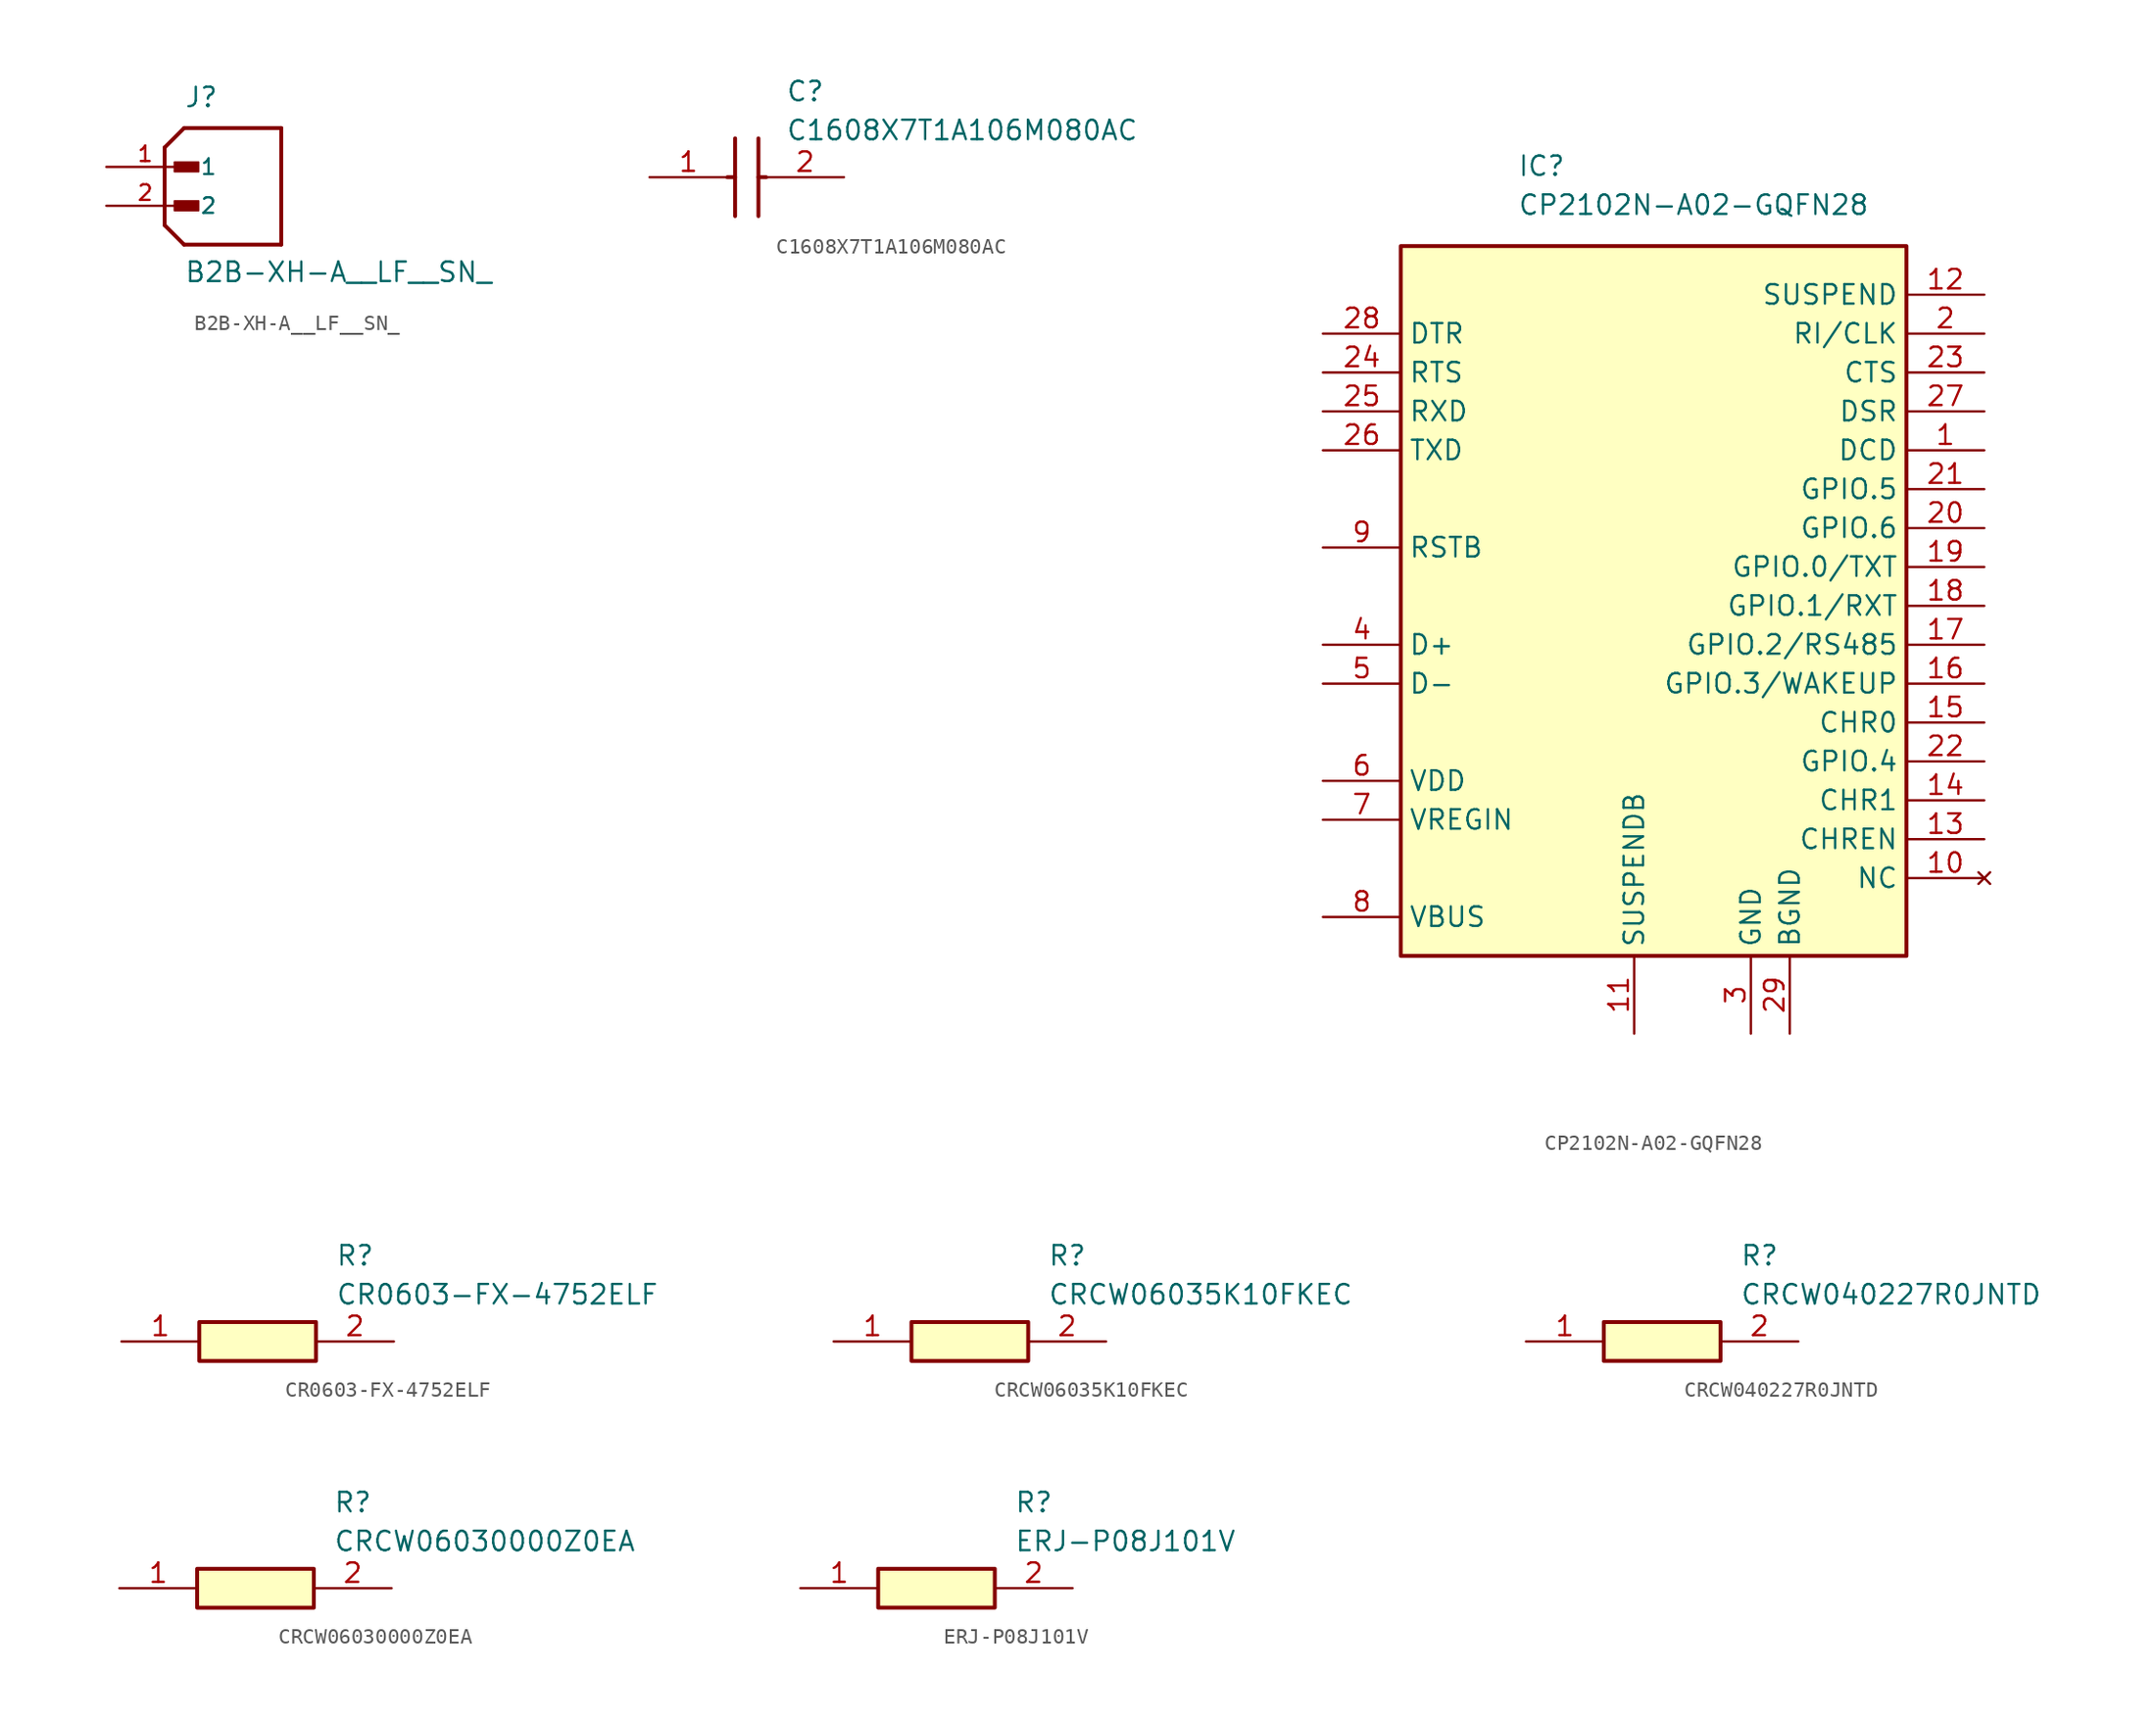
<source format=kicad_sym>
(kicad_symbol_lib
  (version 20241209)
  (generator "kicad_symbol_editor")
  (generator_version "9.0")
  (symbol "B2B-XH-A__LF__SN_"
    (pin_names
      (offset 1.016))
    (property "Reference" "J"
      (at -2.54 6.35 0)
      (effects (font (size 1.27 1.27)) (justify left bottom)))
    (property "Value" "B2B-XH-A__LF__SN_"
      (at -2.54 -5.08 0)
      (effects (font (size 1.27 1.27)) (justify left bottom)))
    (symbol "B2B-XH-A__LF__SN__0_0"
      (polyline (pts (xy -3.81 3.81) (xy -3.81 -1.27)) (stroke (width 0.254) (type default)) (fill (type none)))
      (polyline (pts (xy -3.81 3.81) (xy -2.54 5.08)) (stroke (width 0.254) (type default)) (fill (type none)))
      (polyline (pts (xy -3.81 -1.27) (xy -2.54 -2.54)) (stroke (width 0.254) (type default)) (fill (type none)))
      (rectangle (start -3.175 2.223) (end -1.587 2.857) (stroke (width 0.1) (type default)) (fill (type outline)))
      (rectangle (start -3.175 -0.318) (end -1.587 0.318) (stroke (width 0.1) (type default)) (fill (type outline)))
      (polyline (pts (xy -2.54 -2.54) (xy 3.81 -2.54)) (stroke (width 0.254) (type default)) (fill (type none)))
      (polyline (pts (xy 3.81 5.08) (xy -2.54 5.08)) (stroke (width 0.254) (type default)) (fill (type none)))
      (polyline (pts (xy 3.81 -2.54) (xy 3.81 5.08)) (stroke (width 0.254) (type default)) (fill (type none)))
      (pin passive line (at -7.62 2.54 0) (length 5.08) (name "1" (effects (font (size 1.016 1.016)))) (number "1" (effects (font (size 1.016 1.016)))))
      (pin passive line (at -7.62 0 0) (length 5.08) (name "2" (effects (font (size 1.016 1.016)))) (number "2" (effects (font (size 1.016 1.016)))))))
  (symbol "C1608X7T1A106M080AC"
    (pin_names
      (hide yes))
    (property "Reference" "C"
      (at 8.89 6.35 0)
      (effects (font (size 1.27 1.27)) (justify left top)))
    (property "Value" "C1608X7T1A106M080AC"
      (at 8.89 3.81 0)
      (effects (font (size 1.27 1.27)) (justify left top)))
    (symbol "C1608X7T1A106M080AC_1_1"
      (polyline (pts (xy 5.08 0) (xy 5.588 0)) (stroke (width 0.254) (type default)) (fill (type none)))
      (polyline (pts (xy 5.588 2.54) (xy 5.588 -2.54)) (stroke (width 0.254) (type default)) (fill (type none)))
      (polyline (pts (xy 7.112 2.54) (xy 7.112 -2.54)) (stroke (width 0.254) (type default)) (fill (type none)))
      (polyline (pts (xy 7.112 0) (xy 7.62 0)) (stroke (width 0.254) (type default)) (fill (type none)))
      (pin passive line (at 0 0 0) (length 5.08) (name "1" (effects (font (size 1.27 1.27)))) (number "1" (effects (font (size 1.27 1.27)))))
      (pin passive line (at 12.7 0 180) (length 5.08) (name "2" (effects (font (size 1.27 1.27)))) (number "2" (effects (font (size 1.27 1.27)))))))
  (symbol "CP2102N-A02-GQFN28"
    (property "Reference" "IC"
      (at 12.7 21.844 0)
      (effects (font (size 1.27 1.27)) (justify left top)))
    (property "Value" "CP2102N-A02-GQFN28"
      (at 12.7 19.304 0)
      (effects (font (size 1.27 1.27)) (justify left top)))
    (symbol "CP2102N-A02-GQFN28_1_1"
      (rectangle (start 5.08 15.875) (end 38.1 -30.48) (stroke (width 0.254) (type default)) (fill (type background)))
      (pin output line (at 0 10.16 0) (length 5.08) (name "DTR" (effects (font (size 1.27 1.27)))) (number "28" (effects (font (size 1.27 1.27)))))
      (pin output line (at 0 7.62 0) (length 5.08) (name "RTS" (effects (font (size 1.27 1.27)))) (number "24" (effects (font (size 1.27 1.27)))))
      (pin input line (at 0 5.08 0) (length 5.08) (name "RXD" (effects (font (size 1.27 1.27)))) (number "25" (effects (font (size 1.27 1.27)))))
      (pin output line (at 0 2.54 0) (length 5.08) (name "TXD" (effects (font (size 1.27 1.27)))) (number "26" (effects (font (size 1.27 1.27)))))
      (pin input line (at 0 -3.81 0) (length 5.08) (name "RSTB" (effects (font (size 1.27 1.27)))) (number "9" (effects (font (size 1.27 1.27)))))
      (pin bidirectional line (at 0 -10.16 0) (length 5.08) (name "D+" (effects (font (size 1.27 1.27)))) (number "4" (effects (font (size 1.27 1.27)))))
      (pin bidirectional line (at 0 -12.7 0) (length 5.08) (name "D-" (effects (font (size 1.27 1.27)))) (number "5" (effects (font (size 1.27 1.27)))))
      (pin power_in line (at 0 -19.05 0) (length 5.08) (name "VDD" (effects (font (size 1.27 1.27)))) (number "6" (effects (font (size 1.27 1.27)))))
      (pin power_in line (at 0 -21.59 0) (length 5.08) (name "VREGIN" (effects (font (size 1.27 1.27)))) (number "7" (effects (font (size 1.27 1.27)))))
      (pin input line (at 0 -27.94 0) (length 5.08) (name "VBUS" (effects (font (size 1.27 1.27)))) (number "8" (effects (font (size 1.27 1.27)))))
      (pin output line (at 20.32 -35.56 90) (length 5.08) (name "SUSPENDB" (effects (font (size 1.27 1.27)))) (number "11" (effects (font (size 1.27 1.27)))))
      (pin power_in line (at 27.94 -35.56 90) (length 5.08) (name "GND" (effects (font (size 1.27 1.27)))) (number "3" (effects (font (size 1.27 1.27)))))
      (pin power_in line (at 30.48 -35.56 90) (length 5.08) (name "BGND" (effects (font (size 1.27 1.27)))) (number "29" (effects (font (size 1.27 1.27)))))
      (pin output line (at 43.18 12.7 180) (length 5.08) (name "SUSPEND" (effects (font (size 1.27 1.27)))) (number "12" (effects (font (size 1.27 1.27)))))
      (pin bidirectional line (at 43.18 10.16 180) (length 5.08) (name "RI/CLK" (effects (font (size 1.27 1.27)))) (number "2" (effects (font (size 1.27 1.27)))))
      (pin input line (at 43.18 7.62 180) (length 5.08) (name "CTS" (effects (font (size 1.27 1.27)))) (number "23" (effects (font (size 1.27 1.27)))))
      (pin input line (at 43.18 5.08 180) (length 5.08) (name "DSR" (effects (font (size 1.27 1.27)))) (number "27" (effects (font (size 1.27 1.27)))))
      (pin input line (at 43.18 2.54 180) (length 5.08) (name "DCD" (effects (font (size 1.27 1.27)))) (number "1" (effects (font (size 1.27 1.27)))))
      (pin bidirectional line (at 43.18 0 180) (length 5.08) (name "GPIO.5" (effects (font (size 1.27 1.27)))) (number "21" (effects (font (size 1.27 1.27)))))
      (pin bidirectional line (at 43.18 -2.54 180) (length 5.08) (name "GPIO.6" (effects (font (size 1.27 1.27)))) (number "20" (effects (font (size 1.27 1.27)))))
      (pin bidirectional line (at 43.18 -5.08 180) (length 5.08) (name "GPIO.0/TXT" (effects (font (size 1.27 1.27)))) (number "19" (effects (font (size 1.27 1.27)))))
      (pin bidirectional line (at 43.18 -7.62 180) (length 5.08) (name "GPIO.1/RXT" (effects (font (size 1.27 1.27)))) (number "18" (effects (font (size 1.27 1.27)))))
      (pin bidirectional line (at 43.18 -10.16 180) (length 5.08) (name "GPIO.2/RS485" (effects (font (size 1.27 1.27)))) (number "17" (effects (font (size 1.27 1.27)))))
      (pin bidirectional line (at 43.18 -12.7 180) (length 5.08) (name "GPIO.3/WAKEUP" (effects (font (size 1.27 1.27)))) (number "16" (effects (font (size 1.27 1.27)))))
      (pin output line (at 43.18 -15.24 180) (length 5.08) (name "CHR0" (effects (font (size 1.27 1.27)))) (number "15" (effects (font (size 1.27 1.27)))))
      (pin bidirectional line (at 43.18 -17.78 180) (length 5.08) (name "GPIO.4" (effects (font (size 1.27 1.27)))) (number "22" (effects (font (size 1.27 1.27)))))
      (pin output line (at 43.18 -20.32 180) (length 5.08) (name "CHR1" (effects (font (size 1.27 1.27)))) (number "14" (effects (font (size 1.27 1.27)))))
      (pin output line (at 43.18 -22.86 180) (length 5.08) (name "CHREN" (effects (font (size 1.27 1.27)))) (number "13" (effects (font (size 1.27 1.27)))))
      (pin no_connect line (at 43.18 -25.4 180) (length 5.08) (name "NC" (effects (font (size 1.27 1.27)))) (number "10" (effects (font (size 1.27 1.27)))))))
  (symbol "CR0603-FX-4752ELF"
    (pin_names
      (hide yes))
    (property "Reference" "R"
      (at 13.97 6.35 0)
      (effects (font (size 1.27 1.27)) (justify left top)))
    (property "Value" "CR0603-FX-4752ELF"
      (at 13.97 3.81 0)
      (effects (font (size 1.27 1.27)) (justify left top)))
    (symbol "CR0603-FX-4752ELF_1_1"
      (rectangle (start 5.08 1.27) (end 12.7 -1.27) (stroke (width 0.254) (type default)) (fill (type background)))
      (pin passive line (at 0 0 0) (length 5.08) (name "1" (effects (font (size 1.27 1.27)))) (number "1" (effects (font (size 1.27 1.27)))))
      (pin passive line (at 17.78 0 180) (length 5.08) (name "2" (effects (font (size 1.27 1.27)))) (number "2" (effects (font (size 1.27 1.27)))))))
  (symbol "CRCW06035K10FKEC"
    (pin_names
      (hide yes))
    (property "Reference" "R"
      (at 13.97 6.35 0)
      (effects (font (size 1.27 1.27)) (justify left top)))
    (property "Value" "CRCW06035K10FKEC"
      (at 13.97 3.81 0)
      (effects (font (size 1.27 1.27)) (justify left top)))
    (symbol "CRCW06035K10FKEC_1_1"
      (rectangle (start 5.08 1.27) (end 12.7 -1.27) (stroke (width 0.254) (type default)) (fill (type background)))
      (pin passive line (at 0 0 0) (length 5.08) (name "1" (effects (font (size 1.27 1.27)))) (number "1" (effects (font (size 1.27 1.27)))))
      (pin passive line (at 17.78 0 180) (length 5.08) (name "2" (effects (font (size 1.27 1.27)))) (number "2" (effects (font (size 1.27 1.27)))))))
  (symbol "CRCW040227R0JNTD"
    (pin_names
      (hide yes))
    (property "Reference" "R"
      (at 13.97 6.35 0)
      (effects (font (size 1.27 1.27)) (justify left top)))
    (property "Value" "CRCW040227R0JNTD"
      (at 13.97 3.81 0)
      (effects (font (size 1.27 1.27)) (justify left top)))
    (symbol "CRCW040227R0JNTD_1_1"
      (rectangle (start 5.08 1.27) (end 12.7 -1.27) (stroke (width 0.254) (type default)) (fill (type background)))
      (pin passive line (at 0 0 0) (length 5.08) (name "1" (effects (font (size 1.27 1.27)))) (number "1" (effects (font (size 1.27 1.27)))))
      (pin passive line (at 17.78 0 180) (length 5.08) (name "2" (effects (font (size 1.27 1.27)))) (number "2" (effects (font (size 1.27 1.27)))))))
  (symbol "CRCW06030000Z0EA"
    (pin_names
      (hide yes))
    (property "Reference" "R"
      (at 13.97 6.35 0)
      (effects (font (size 1.27 1.27)) (justify left top)))
    (property "Value" "CRCW06030000Z0EA"
      (at 13.97 3.81 0)
      (effects (font (size 1.27 1.27)) (justify left top)))
    (symbol "CRCW06030000Z0EA_1_1"
      (rectangle (start 5.08 1.27) (end 12.7 -1.27) (stroke (width 0.254) (type default)) (fill (type background)))
      (pin passive line (at 0 0 0) (length 5.08) (name "1" (effects (font (size 1.27 1.27)))) (number "1" (effects (font (size 1.27 1.27)))))
      (pin passive line (at 17.78 0 180) (length 5.08) (name "2" (effects (font (size 1.27 1.27)))) (number "2" (effects (font (size 1.27 1.27)))))))
  (symbol "ERJ-P08J101V"
    (pin_names
      (hide yes))
    (property "Reference" "R"
      (at 13.97 6.35 0)
      (effects (font (size 1.27 1.27)) (justify left top)))
    (property "Value" "ERJ-P08J101V"
      (at 13.97 3.81 0)
      (effects (font (size 1.27 1.27)) (justify left top)))
    (symbol "ERJ-P08J101V_1_1"
      (rectangle (start 5.08 1.27) (end 12.7 -1.27) (stroke (width 0.254) (type default)) (fill (type background)))
      (pin passive line (at 0 0 0) (length 5.08) (name "1" (effects (font (size 1.27 1.27)))) (number "1" (effects (font (size 1.27 1.27)))))
      (pin passive line (at 17.78 0 180) (length 5.08) (name "2" (effects (font (size 1.27 1.27)))) (number "2" (effects (font (size 1.27 1.27))))))))
</source>
